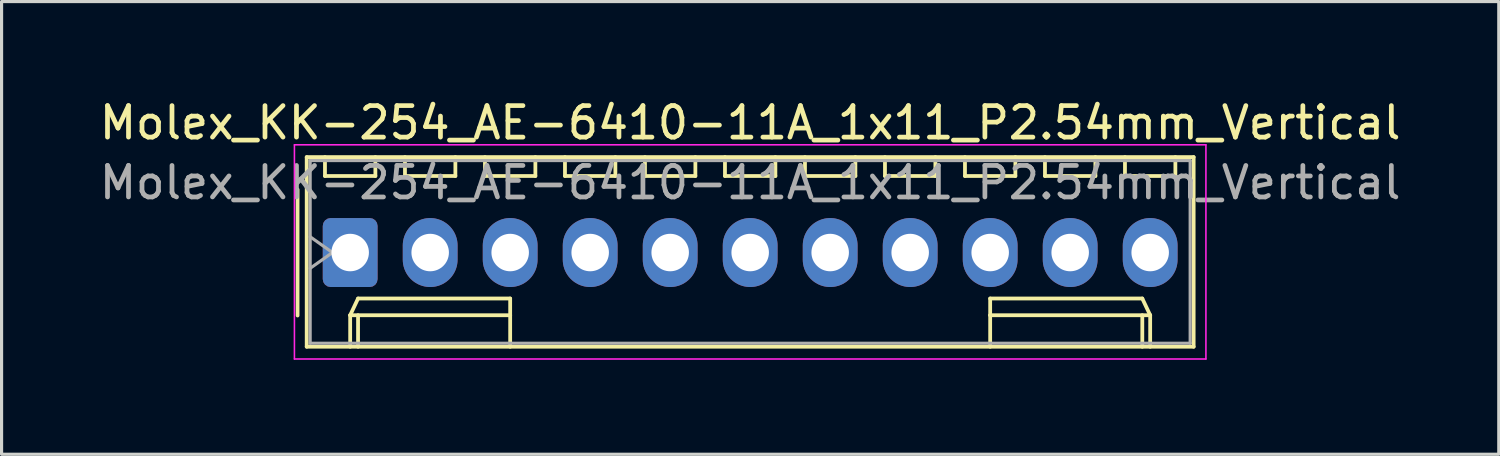
<source format=kicad_pcb>
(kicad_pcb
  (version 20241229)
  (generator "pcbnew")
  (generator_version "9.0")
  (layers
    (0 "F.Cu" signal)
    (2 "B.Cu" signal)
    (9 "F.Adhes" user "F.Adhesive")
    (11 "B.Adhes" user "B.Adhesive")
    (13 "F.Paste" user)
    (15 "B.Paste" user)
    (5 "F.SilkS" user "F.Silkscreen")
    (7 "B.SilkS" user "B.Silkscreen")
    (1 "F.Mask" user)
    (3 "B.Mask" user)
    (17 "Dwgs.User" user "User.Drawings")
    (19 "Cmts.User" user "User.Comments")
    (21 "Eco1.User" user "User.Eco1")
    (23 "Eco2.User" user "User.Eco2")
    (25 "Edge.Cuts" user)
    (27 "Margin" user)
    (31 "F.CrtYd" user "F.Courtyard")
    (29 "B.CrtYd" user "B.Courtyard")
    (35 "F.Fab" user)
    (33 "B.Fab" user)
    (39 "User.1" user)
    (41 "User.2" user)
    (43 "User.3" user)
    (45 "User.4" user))
  (footprint "Molex_KK-254_AE-6410-11A_1x11_P2.54mm_Vertical"
    (layer "F.Cu")
    (at 8.068 4.968)
    (property "Reference" "Molex_KK-254_AE-6410-11A_1x11_P2.54mm_Vertical" (at 12.7 -4.12 0) (layer "F.SilkS") (effects (font (size 1 1) (thickness 0.15))))
    (attr through_hole)
    (fp_line (start -1.67 -2) (end -1.67 2) (stroke (width 0.12) (type solid)) (layer "F.SilkS"))
    (fp_line (start -1.38 -3.03) (end -1.38 2.99) (stroke (width 0.12) (type solid)) (layer "F.SilkS"))
    (fp_line (start -1.38 2.99) (end 26.78 2.99) (stroke (width 0.12) (type solid)) (layer "F.SilkS"))
    (fp_line (start -0.8 -3.03) (end -0.8 -2.43) (stroke (width 0.12) (type solid)) (layer "F.SilkS"))
    (fp_line (start -0.8 -2.43) (end 0.8 -2.43) (stroke (width 0.12) (type solid)) (layer "F.SilkS"))
    (fp_line (start 0 1.99) (end 0.25 1.46) (stroke (width 0.12) (type solid)) (layer "F.SilkS"))
    (fp_line (start 0 1.99) (end 5.08 1.99) (stroke (width 0.12) (type solid)) (layer "F.SilkS"))
    (fp_line (start 0 2.99) (end 0 1.99) (stroke (width 0.12) (type solid)) (layer "F.SilkS"))
    (fp_line (start 0.25 1.46) (end 5.08 1.46) (stroke (width 0.12) (type solid)) (layer "F.SilkS"))
    (fp_line (start 0.25 2.99) (end 0.25 1.99) (stroke (width 0.12) (type solid)) (layer "F.SilkS"))
    (fp_line (start 0.8 -2.43) (end 0.8 -3.03) (stroke (width 0.12) (type solid)) (layer "F.SilkS"))
    (fp_line (start 1.74 -3.03) (end 1.74 -2.43) (stroke (width 0.12) (type solid)) (layer "F.SilkS"))
    (fp_line (start 1.74 -2.43) (end 3.34 -2.43) (stroke (width 0.12) (type solid)) (layer "F.SilkS"))
    (fp_line (start 3.34 -2.43) (end 3.34 -3.03) (stroke (width 0.12) (type solid)) (layer "F.SilkS"))
    (fp_line (start 4.28 -3.03) (end 4.28 -2.43) (stroke (width 0.12) (type solid)) (layer "F.SilkS"))
    (fp_line (start 4.28 -2.43) (end 5.88 -2.43) (stroke (width 0.12) (type solid)) (layer "F.SilkS"))
    (fp_line (start 5.08 1.46) (end 5.08 1.99) (stroke (width 0.12) (type solid)) (layer "F.SilkS"))
    (fp_line (start 5.08 1.99) (end 5.08 2.99) (stroke (width 0.12) (type solid)) (layer "F.SilkS"))
    (fp_line (start 5.88 -2.43) (end 5.88 -3.03) (stroke (width 0.12) (type solid)) (layer "F.SilkS"))
    (fp_line (start 6.82 -3.03) (end 6.82 -2.43) (stroke (width 0.12) (type solid)) (layer "F.SilkS"))
    (fp_line (start 6.82 -2.43) (end 8.42 -2.43) (stroke (width 0.12) (type solid)) (layer "F.SilkS"))
    (fp_line (start 8.42 -2.43) (end 8.42 -3.03) (stroke (width 0.12) (type solid)) (layer "F.SilkS"))
    (fp_line (start 9.36 -3.03) (end 9.36 -2.43) (stroke (width 0.12) (type solid)) (layer "F.SilkS"))
    (fp_line (start 9.36 -2.43) (end 10.96 -2.43) (stroke (width 0.12) (type solid)) (layer "F.SilkS"))
    (fp_line (start 10.96 -2.43) (end 10.96 -3.03) (stroke (width 0.12) (type solid)) (layer "F.SilkS"))
    (fp_line (start 11.9 -3.03) (end 11.9 -2.43) (stroke (width 0.12) (type solid)) (layer "F.SilkS"))
    (fp_line (start 11.9 -2.43) (end 13.5 -2.43) (stroke (width 0.12) (type solid)) (layer "F.SilkS"))
    (fp_line (start 13.5 -2.43) (end 13.5 -3.03) (stroke (width 0.12) (type solid)) (layer "F.SilkS"))
    (fp_line (start 14.44 -3.03) (end 14.44 -2.43) (stroke (width 0.12) (type solid)) (layer "F.SilkS"))
    (fp_line (start 14.44 -2.43) (end 16.04 -2.43) (stroke (width 0.12) (type solid)) (layer "F.SilkS"))
    (fp_line (start 16.04 -2.43) (end 16.04 -3.03) (stroke (width 0.12) (type solid)) (layer "F.SilkS"))
    (fp_line (start 16.98 -3.03) (end 16.98 -2.43) (stroke (width 0.12) (type solid)) (layer "F.SilkS"))
    (fp_line (start 16.98 -2.43) (end 18.58 -2.43) (stroke (width 0.12) (type solid)) (layer "F.SilkS"))
    (fp_line (start 18.58 -2.43) (end 18.58 -3.03) (stroke (width 0.12) (type solid)) (layer "F.SilkS"))
    (fp_line (start 19.52 -3.03) (end 19.52 -2.43) (stroke (width 0.12) (type solid)) (layer "F.SilkS"))
    (fp_line (start 19.52 -2.43) (end 21.12 -2.43) (stroke (width 0.12) (type solid)) (layer "F.SilkS"))
    (fp_line (start 20.32 1.46) (end 20.32 1.99) (stroke (width 0.12) (type solid)) (layer "F.SilkS"))
    (fp_line (start 20.32 1.99) (end 20.32 2.99) (stroke (width 0.12) (type solid)) (layer "F.SilkS"))
    (fp_line (start 21.12 -2.43) (end 21.12 -3.03) (stroke (width 0.12) (type solid)) (layer "F.SilkS"))
    (fp_line (start 22.06 -3.03) (end 22.06 -2.43) (stroke (width 0.12) (type solid)) (layer "F.SilkS"))
    (fp_line (start 22.06 -2.43) (end 23.66 -2.43) (stroke (width 0.12) (type solid)) (layer "F.SilkS"))
    (fp_line (start 23.66 -2.43) (end 23.66 -3.03) (stroke (width 0.12) (type solid)) (layer "F.SilkS"))
    (fp_line (start 24.6 -3.03) (end 24.6 -2.43) (stroke (width 0.12) (type solid)) (layer "F.SilkS"))
    (fp_line (start 24.6 -2.43) (end 26.2 -2.43) (stroke (width 0.12) (type solid)) (layer "F.SilkS"))
    (fp_line (start 25.15 1.46) (end 20.32 1.46) (stroke (width 0.12) (type solid)) (layer "F.SilkS"))
    (fp_line (start 25.15 2.99) (end 25.15 1.99) (stroke (width 0.12) (type solid)) (layer "F.SilkS"))
    (fp_line (start 25.4 1.99) (end 20.32 1.99) (stroke (width 0.12) (type solid)) (layer "F.SilkS"))
    (fp_line (start 25.4 1.99) (end 25.15 1.46) (stroke (width 0.12) (type solid)) (layer "F.SilkS"))
    (fp_line (start 25.4 2.99) (end 25.4 1.99) (stroke (width 0.12) (type solid)) (layer "F.SilkS"))
    (fp_line (start 26.2 -2.43) (end 26.2 -3.03) (stroke (width 0.12) (type solid)) (layer "F.SilkS"))
    (fp_line (start 26.78 -3.03) (end -1.38 -3.03) (stroke (width 0.12) (type solid)) (layer "F.SilkS"))
    (fp_line (start 26.78 2.99) (end 26.78 -3.03) (stroke (width 0.12) (type solid)) (layer "F.SilkS"))
    (fp_line (start -1.77 -3.42) (end -1.77 3.38) (stroke (width 0.05) (type solid)) (layer "F.CrtYd"))
    (fp_line (start -1.77 3.38) (end 27.17 3.38) (stroke (width 0.05) (type solid)) (layer "F.CrtYd"))
    (fp_line (start 27.17 -3.42) (end -1.77 -3.42) (stroke (width 0.05) (type solid)) (layer "F.CrtYd"))
    (fp_line (start 27.17 3.38) (end 27.17 -3.42) (stroke (width 0.05) (type solid)) (layer "F.CrtYd"))
    (fp_line (start -1.27 -2.92) (end -1.27 2.88) (stroke (width 0.1) (type solid)) (layer "F.Fab"))
    (fp_line (start -1.27 -0.5) (end -0.563 0) (stroke (width 0.1) (type solid)) (layer "F.Fab"))
    (fp_line (start -1.27 2.88) (end 26.67 2.88) (stroke (width 0.1) (type solid)) (layer "F.Fab"))
    (fp_line (start -0.563 0) (end -1.27 0.5) (stroke (width 0.1) (type solid)) (layer "F.Fab"))
    (fp_line (start 26.67 -2.92) (end -1.27 -2.92) (stroke (width 0.1) (type solid)) (layer "F.Fab"))
    (fp_line (start 26.67 2.88) (end 26.67 -2.92) (stroke (width 0.1) (type solid)) (layer "F.Fab"))
    (fp_text user "${REFERENCE}" (at 12.7 -2.22 0) (layer "F.Fab") (effects (font (size 1 1) (thickness 0.15))))
    (pad "1" thru_hole roundrect (at 0 0) (size 1.74 2.19) (drill 1.19) (layers "*.Cu" "*.Mask") (roundrect_rratio 0.144))
    (pad "2" thru_hole oval (at 2.54 0) (size 1.74 2.19) (drill 1.19) (layers "*.Cu" "*.Mask"))
    (pad "3" thru_hole oval (at 5.08 0) (size 1.74 2.19) (drill 1.19) (layers "*.Cu" "*.Mask"))
    (pad "4" thru_hole oval (at 7.62 0) (size 1.74 2.19) (drill 1.19) (layers "*.Cu" "*.Mask"))
    (pad "5" thru_hole oval (at 10.16 0) (size 1.74 2.19) (drill 1.19) (layers "*.Cu" "*.Mask"))
    (pad "6" thru_hole oval (at 12.7 0) (size 1.74 2.19) (drill 1.19) (layers "*.Cu" "*.Mask"))
    (pad "7" thru_hole oval (at 15.24 0) (size 1.74 2.19) (drill 1.19) (layers "*.Cu" "*.Mask"))
    (pad "8" thru_hole oval (at 17.78 0) (size 1.74 2.19) (drill 1.19) (layers "*.Cu" "*.Mask"))
    (pad "9" thru_hole oval (at 20.32 0) (size 1.74 2.19) (drill 1.19) (layers "*.Cu" "*.Mask"))
    (pad "10" thru_hole oval (at 22.86 0) (size 1.74 2.19) (drill 1.19) (layers "*.Cu" "*.Mask"))
    (pad "11" thru_hole oval (at 25.4 0) (size 1.74 2.19) (drill 1.19) (layers "*.Cu" "*.Mask")))
  (gr_rect
    (start -3 -3)
    (end 44.536 11.373)
    (stroke (width 0.1) (type default))
    (fill no)
    (layer "Edge.Cuts")))
</source>
